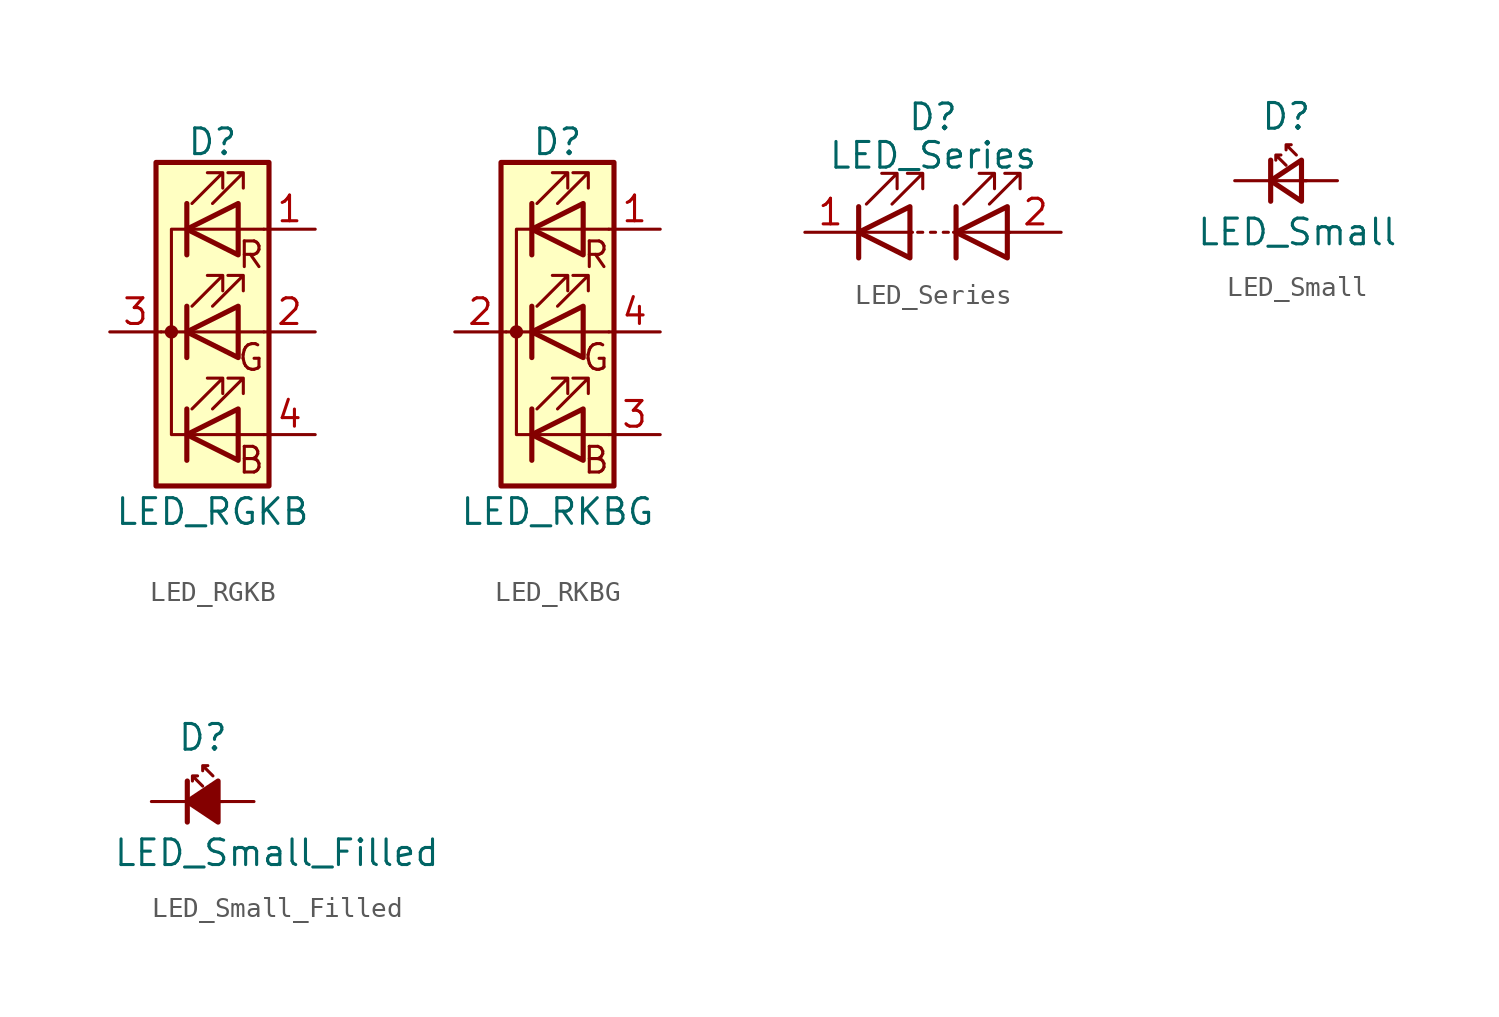
<source format=kicad_sym>
(kicad_symbol_lib
  (version 20211014)
  (generator kicad_symbol_editor)
  (symbol "LED_RGKB"
    (pin_names
      (offset 0) hide)
    (property "Reference" "D"
      (at 0 9.398 0)
      (effects (font (size 1.27 1.27))))
    (property "Value" "LED_RGKB"
      (at 0 -8.89 0)
      (effects (font (size 1.27 1.27))))
    (symbol "LED_RGKB_0_0"
      (text "B" (at 1.905 -6.35 0) (effects (font (size 1.27 1.27))))
      (text "G" (at 1.905 -1.27 0) (effects (font (size 1.27 1.27))))
      (text "R" (at 1.905 3.81 0) (effects (font (size 1.27 1.27)))))
    (symbol "LED_RGKB_0_1"
      (circle (center -2.032 0) (radius 0.254) (stroke (width 0) (type default) (color 0 0 0 0)) (fill (type outline)))
      (polyline (pts (xy -1.27 -5.08) (xy 1.27 -5.08)) (stroke (width 0) (type default) (color 0 0 0 0)) (fill (type none)))
      (polyline (pts (xy -1.27 -3.81) (xy -1.27 -6.35)) (stroke (width 0.254) (type default) (color 0 0 0 0)) (fill (type none)))
      (polyline (pts (xy -1.27 0) (xy -2.54 0)) (stroke (width 0) (type default) (color 0 0 0 0)) (fill (type none)))
      (polyline (pts (xy -1.27 1.27) (xy -1.27 -1.27)) (stroke (width 0.254) (type default) (color 0 0 0 0)) (fill (type none)))
      (polyline (pts (xy -1.27 5.08) (xy 1.27 5.08)) (stroke (width 0) (type default) (color 0 0 0 0)) (fill (type none)))
      (polyline (pts (xy -1.27 6.35) (xy -1.27 3.81)) (stroke (width 0.254) (type default) (color 0 0 0 0)) (fill (type none)))
      (polyline (pts (xy 1.27 -5.08) (xy 2.54 -5.08)) (stroke (width 0) (type default) (color 0 0 0 0)) (fill (type none)))
      (polyline (pts (xy 1.27 0) (xy -1.27 0)) (stroke (width 0) (type default) (color 0 0 0 0)) (fill (type none)))
      (polyline (pts (xy 1.27 0) (xy 2.54 0)) (stroke (width 0) (type default) (color 0 0 0 0)) (fill (type none)))
      (polyline (pts (xy 1.27 5.08) (xy 2.54 5.08)) (stroke (width 0) (type default) (color 0 0 0 0)) (fill (type none)))
      (polyline (pts (xy -1.27 1.27) (xy -1.27 -1.27) (xy -1.27 -1.27)) (stroke (width 0) (type default) (color 0 0 0 0)) (fill (type none)))
      (polyline (pts (xy -1.27 6.35) (xy -1.27 3.81) (xy -1.27 3.81)) (stroke (width 0) (type default) (color 0 0 0 0)) (fill (type none)))
      (polyline (pts (xy -1.27 5.08) (xy -2.032 5.08) (xy -2.032 -5.08) (xy -1.016 -5.08)) (stroke (width 0) (type default) (color 0 0 0 0)) (fill (type none)))
      (polyline (pts (xy 1.27 -3.81) (xy 1.27 -6.35) (xy -1.27 -5.08) (xy 1.27 -3.81)) (stroke (width 0.254) (type default) (color 0 0 0 0)) (fill (type none)))
      (polyline (pts (xy 1.27 1.27) (xy 1.27 -1.27) (xy -1.27 0) (xy 1.27 1.27)) (stroke (width 0.254) (type default) (color 0 0 0 0)) (fill (type none)))
      (polyline (pts (xy 1.27 6.35) (xy 1.27 3.81) (xy -1.27 5.08) (xy 1.27 6.35)) (stroke (width 0.254) (type default) (color 0 0 0 0)) (fill (type none)))
      (polyline (pts (xy -1.016 -3.81) (xy 0.508 -2.286) (xy -0.254 -2.286) (xy 0.508 -2.286) (xy 0.508 -3.048)) (stroke (width 0) (type default) (color 0 0 0 0)) (fill (type none)))
      (polyline (pts (xy -1.016 1.27) (xy 0.508 2.794) (xy -0.254 2.794) (xy 0.508 2.794) (xy 0.508 2.032)) (stroke (width 0) (type default) (color 0 0 0 0)) (fill (type none)))
      (polyline (pts (xy -1.016 6.35) (xy 0.508 7.874) (xy -0.254 7.874) (xy 0.508 7.874) (xy 0.508 7.112)) (stroke (width 0) (type default) (color 0 0 0 0)) (fill (type none)))
      (polyline (pts (xy 0 -3.81) (xy 1.524 -2.286) (xy 0.762 -2.286) (xy 1.524 -2.286) (xy 1.524 -3.048)) (stroke (width 0) (type default) (color 0 0 0 0)) (fill (type none)))
      (polyline (pts (xy 0 1.27) (xy 1.524 2.794) (xy 0.762 2.794) (xy 1.524 2.794) (xy 1.524 2.032)) (stroke (width 0) (type default) (color 0 0 0 0)) (fill (type none)))
      (polyline (pts (xy 0 6.35) (xy 1.524 7.874) (xy 0.762 7.874) (xy 1.524 7.874) (xy 1.524 7.112)) (stroke (width 0) (type default) (color 0 0 0 0)) (fill (type none)))
      (rectangle (start 1.27 -1.27) (end 1.27 1.27) (stroke (width 0) (type default) (color 0 0 0 0)) (fill (type none)))
      (rectangle (start 1.27 1.27) (end 1.27 1.27) (stroke (width 0) (type default) (color 0 0 0 0)) (fill (type none)))
      (rectangle (start 1.27 3.81) (end 1.27 6.35) (stroke (width 0) (type default) (color 0 0 0 0)) (fill (type none)))
      (rectangle (start 1.27 6.35) (end 1.27 6.35) (stroke (width 0) (type default) (color 0 0 0 0)) (fill (type none)))
      (rectangle (start 2.794 8.382) (end -2.794 -7.62) (stroke (width 0.254) (type default) (color 0 0 0 0)) (fill (type background))))
    (symbol "LED_RGKB_1_1"
      (pin passive line (at 5.08 5.08 180) (length 2.54) (name "RA" (effects (font (size 1.27 1.27)))) (number "1" (effects (font (size 1.27 1.27)))))
      (pin passive line (at 5.08 0 180) (length 2.54) (name "GA" (effects (font (size 1.27 1.27)))) (number "2" (effects (font (size 1.27 1.27)))))
      (pin passive line (at -5.08 0 0) (length 2.54) (name "K" (effects (font (size 1.27 1.27)))) (number "3" (effects (font (size 1.27 1.27)))))
      (pin passive line (at 5.08 -5.08 180) (length 2.54) (name "BA" (effects (font (size 1.27 1.27)))) (number "4" (effects (font (size 1.27 1.27)))))))
  (symbol "LED_RKBG"
    (pin_names
      (offset 0) hide)
    (property "Reference" "D"
      (at 0 9.398 0)
      (effects (font (size 1.27 1.27))))
    (property "Value" "LED_RKBG"
      (at 0 -8.89 0)
      (effects (font (size 1.27 1.27))))
    (symbol "LED_RKBG_0_0"
      (text "B" (at 1.905 -6.35 0) (effects (font (size 1.27 1.27))))
      (text "G" (at 1.905 -1.27 0) (effects (font (size 1.27 1.27))))
      (text "R" (at 1.905 3.81 0) (effects (font (size 1.27 1.27)))))
    (symbol "LED_RKBG_0_1"
      (circle (center -2.032 0) (radius 0.254) (stroke (width 0) (type default) (color 0 0 0 0)) (fill (type outline)))
      (polyline (pts (xy -1.27 -5.08) (xy 1.27 -5.08)) (stroke (width 0) (type default) (color 0 0 0 0)) (fill (type none)))
      (polyline (pts (xy -1.27 -3.81) (xy -1.27 -6.35)) (stroke (width 0.254) (type default) (color 0 0 0 0)) (fill (type none)))
      (polyline (pts (xy -1.27 0) (xy -2.54 0)) (stroke (width 0) (type default) (color 0 0 0 0)) (fill (type none)))
      (polyline (pts (xy -1.27 1.27) (xy -1.27 -1.27)) (stroke (width 0.254) (type default) (color 0 0 0 0)) (fill (type none)))
      (polyline (pts (xy -1.27 5.08) (xy 1.27 5.08)) (stroke (width 0) (type default) (color 0 0 0 0)) (fill (type none)))
      (polyline (pts (xy -1.27 6.35) (xy -1.27 3.81)) (stroke (width 0.254) (type default) (color 0 0 0 0)) (fill (type none)))
      (polyline (pts (xy 1.27 -5.08) (xy 2.54 -5.08)) (stroke (width 0) (type default) (color 0 0 0 0)) (fill (type none)))
      (polyline (pts (xy 1.27 0) (xy -1.27 0)) (stroke (width 0) (type default) (color 0 0 0 0)) (fill (type none)))
      (polyline (pts (xy 1.27 0) (xy 2.54 0)) (stroke (width 0) (type default) (color 0 0 0 0)) (fill (type none)))
      (polyline (pts (xy 1.27 5.08) (xy 2.54 5.08)) (stroke (width 0) (type default) (color 0 0 0 0)) (fill (type none)))
      (polyline (pts (xy -1.27 1.27) (xy -1.27 -1.27) (xy -1.27 -1.27)) (stroke (width 0) (type default) (color 0 0 0 0)) (fill (type none)))
      (polyline (pts (xy -1.27 6.35) (xy -1.27 3.81) (xy -1.27 3.81)) (stroke (width 0) (type default) (color 0 0 0 0)) (fill (type none)))
      (polyline (pts (xy -1.27 5.08) (xy -2.032 5.08) (xy -2.032 -5.08) (xy -1.016 -5.08)) (stroke (width 0) (type default) (color 0 0 0 0)) (fill (type none)))
      (polyline (pts (xy 1.27 -3.81) (xy 1.27 -6.35) (xy -1.27 -5.08) (xy 1.27 -3.81)) (stroke (width 0.254) (type default) (color 0 0 0 0)) (fill (type none)))
      (polyline (pts (xy 1.27 1.27) (xy 1.27 -1.27) (xy -1.27 0) (xy 1.27 1.27)) (stroke (width 0.254) (type default) (color 0 0 0 0)) (fill (type none)))
      (polyline (pts (xy 1.27 6.35) (xy 1.27 3.81) (xy -1.27 5.08) (xy 1.27 6.35)) (stroke (width 0.254) (type default) (color 0 0 0 0)) (fill (type none)))
      (polyline (pts (xy -1.016 -3.81) (xy 0.508 -2.286) (xy -0.254 -2.286) (xy 0.508 -2.286) (xy 0.508 -3.048)) (stroke (width 0) (type default) (color 0 0 0 0)) (fill (type none)))
      (polyline (pts (xy -1.016 1.27) (xy 0.508 2.794) (xy -0.254 2.794) (xy 0.508 2.794) (xy 0.508 2.032)) (stroke (width 0) (type default) (color 0 0 0 0)) (fill (type none)))
      (polyline (pts (xy -1.016 6.35) (xy 0.508 7.874) (xy -0.254 7.874) (xy 0.508 7.874) (xy 0.508 7.112)) (stroke (width 0) (type default) (color 0 0 0 0)) (fill (type none)))
      (polyline (pts (xy 0 -3.81) (xy 1.524 -2.286) (xy 0.762 -2.286) (xy 1.524 -2.286) (xy 1.524 -3.048)) (stroke (width 0) (type default) (color 0 0 0 0)) (fill (type none)))
      (polyline (pts (xy 0 1.27) (xy 1.524 2.794) (xy 0.762 2.794) (xy 1.524 2.794) (xy 1.524 2.032)) (stroke (width 0) (type default) (color 0 0 0 0)) (fill (type none)))
      (polyline (pts (xy 0 6.35) (xy 1.524 7.874) (xy 0.762 7.874) (xy 1.524 7.874) (xy 1.524 7.112)) (stroke (width 0) (type default) (color 0 0 0 0)) (fill (type none)))
      (rectangle (start 1.27 -1.27) (end 1.27 1.27) (stroke (width 0) (type default) (color 0 0 0 0)) (fill (type none)))
      (rectangle (start 1.27 1.27) (end 1.27 1.27) (stroke (width 0) (type default) (color 0 0 0 0)) (fill (type none)))
      (rectangle (start 1.27 3.81) (end 1.27 6.35) (stroke (width 0) (type default) (color 0 0 0 0)) (fill (type none)))
      (rectangle (start 1.27 6.35) (end 1.27 6.35) (stroke (width 0) (type default) (color 0 0 0 0)) (fill (type none)))
      (rectangle (start 2.794 8.382) (end -2.794 -7.62) (stroke (width 0.254) (type default) (color 0 0 0 0)) (fill (type background))))
    (symbol "LED_RKBG_1_1"
      (pin passive line (at 5.08 5.08 180) (length 2.54) (name "RA" (effects (font (size 1.27 1.27)))) (number "1" (effects (font (size 1.27 1.27)))))
      (pin passive line (at -5.08 0 0) (length 2.54) (name "K" (effects (font (size 1.27 1.27)))) (number "2" (effects (font (size 1.27 1.27)))))
      (pin passive line (at 5.08 -5.08 180) (length 2.54) (name "BA" (effects (font (size 1.27 1.27)))) (number "3" (effects (font (size 1.27 1.27)))))
      (pin passive line (at 5.08 0 180) (length 2.54) (name "GA" (effects (font (size 1.27 1.27)))) (number "4" (effects (font (size 1.27 1.27)))))))
  (symbol "LED_Series"
    (pin_names
      (offset 1.016) hide)
    (property "Reference" "D"
      (at 0 5.715 0)
      (effects (font (size 1.27 1.27))))
    (property "Value" "LED_Series"
      (at 0 3.81 0)
      (effects (font (size 1.27 1.27))))
    (symbol "LED_Series_0_1"
      (polyline (pts (xy -3.81 0) (xy -1.016 0)) (stroke (width 0) (type default) (color 0 0 0 0)) (fill (type none)))
      (polyline (pts (xy -3.683 -1.27) (xy -3.683 1.27)) (stroke (width 0.254) (type default) (color 0 0 0 0)) (fill (type none)))
      (polyline (pts (xy -0.508 0) (xy -0.762 0)) (stroke (width 0) (type default) (color 0 0 0 0)) (fill (type none)))
      (polyline (pts (xy 0.127 0) (xy -0.127 0)) (stroke (width 0) (type default) (color 0 0 0 0)) (fill (type none)))
      (polyline (pts (xy 0.508 0) (xy 0.762 0)) (stroke (width 0) (type default) (color 0 0 0 0)) (fill (type none)))
      (polyline (pts (xy 1.016 0) (xy 3.81 0)) (stroke (width 0) (type default) (color 0 0 0 0)) (fill (type none)))
      (polyline (pts (xy 1.143 -1.27) (xy 1.143 1.27)) (stroke (width 0.254) (type default) (color 0 0 0 0)) (fill (type none)))
      (polyline (pts (xy -1.143 -1.27) (xy -1.143 1.27) (xy -3.683 0) (xy -1.143 -1.27)) (stroke (width 0.254) (type default) (color 0 0 0 0)) (fill (type none)))
      (polyline (pts (xy 3.683 -1.27) (xy 3.683 1.27) (xy 1.143 0) (xy 3.683 -1.27)) (stroke (width 0.254) (type default) (color 0 0 0 0)) (fill (type none)))
      (polyline (pts (xy -3.302 1.397) (xy -1.778 2.921) (xy -2.54 2.921) (xy -1.778 2.921) (xy -1.778 2.159)) (stroke (width 0) (type default) (color 0 0 0 0)) (fill (type none)))
      (polyline (pts (xy -2.032 1.397) (xy -0.508 2.921) (xy -1.27 2.921) (xy -0.508 2.921) (xy -0.508 2.159)) (stroke (width 0) (type default) (color 0 0 0 0)) (fill (type none)))
      (polyline (pts (xy 1.524 1.397) (xy 3.048 2.921) (xy 2.286 2.921) (xy 3.048 2.921) (xy 3.048 2.159)) (stroke (width 0) (type default) (color 0 0 0 0)) (fill (type none)))
      (polyline (pts (xy 2.794 1.397) (xy 4.318 2.921) (xy 3.556 2.921) (xy 4.318 2.921) (xy 4.318 2.159)) (stroke (width 0) (type default) (color 0 0 0 0)) (fill (type none))))
    (symbol "LED_Series_1_1"
      (pin passive line (at -6.35 0 0) (length 2.54) (name "K" (effects (font (size 1.27 1.27)))) (number "1" (effects (font (size 1.27 1.27)))))
      (pin passive line (at 6.35 0 180) (length 2.54) (name "A" (effects (font (size 1.27 1.27)))) (number "2" (effects (font (size 1.27 1.27)))))))
  (symbol "LED_Small"
    (pin_numbers hide)
    (pin_names
      (offset 0.254) hide)
    (property "Reference" "D"
      (at -1.27 3.175 0)
      (effects (font (size 1.27 1.27)) (justify left)))
    (property "Value" "LED_Small"
      (at -4.445 -2.54 0)
      (effects (font (size 1.27 1.27)) (justify left)))
    (symbol "LED_Small_0_1"
      (polyline (pts (xy -0.762 -1.016) (xy -0.762 1.016)) (stroke (width 0.254) (type default) (color 0 0 0 0)) (fill (type none)))
      (polyline (pts (xy 1.016 0) (xy -0.762 0)) (stroke (width 0) (type default) (color 0 0 0 0)) (fill (type none)))
      (polyline (pts (xy 0.762 -1.016) (xy -0.762 0) (xy 0.762 1.016) (xy 0.762 -1.016)) (stroke (width 0.254) (type default) (color 0 0 0 0)) (fill (type none)))
      (polyline (pts (xy 0 0.762) (xy -0.508 1.27) (xy -0.254 1.27) (xy -0.508 1.27) (xy -0.508 1.016)) (stroke (width 0) (type default) (color 0 0 0 0)) (fill (type none)))
      (polyline (pts (xy 0.508 1.27) (xy 0 1.778) (xy 0.254 1.778) (xy 0 1.778) (xy 0 1.524)) (stroke (width 0) (type default) (color 0 0 0 0)) (fill (type none))))
    (symbol "LED_Small_1_1"
      (pin passive line (at -2.54 0 0) (length 1.778) (name "K" (effects (font (size 1.27 1.27)))) (number "1" (effects (font (size 1.27 1.27)))))
      (pin passive line (at 2.54 0 180) (length 1.778) (name "A" (effects (font (size 1.27 1.27)))) (number "2" (effects (font (size 1.27 1.27)))))))
  (symbol "LED_Small_Filled"
    (pin_numbers hide)
    (pin_names
      (offset 0.254) hide)
    (property "Reference" "D"
      (at -1.27 3.175 0)
      (effects (font (size 1.27 1.27)) (justify left)))
    (property "Value" "LED_Small_Filled"
      (at -4.445 -2.54 0)
      (effects (font (size 1.27 1.27)) (justify left)))
    (symbol "LED_Small_Filled_0_1"
      (polyline (pts (xy -0.762 -1.016) (xy -0.762 1.016)) (stroke (width 0.254) (type default) (color 0 0 0 0)) (fill (type none)))
      (polyline (pts (xy 1.016 0) (xy -0.762 0)) (stroke (width 0) (type default) (color 0 0 0 0)) (fill (type none)))
      (polyline (pts (xy 0.762 -1.016) (xy -0.762 0) (xy 0.762 1.016) (xy 0.762 -1.016)) (stroke (width 0.254) (type default) (color 0 0 0 0)) (fill (type outline)))
      (polyline (pts (xy 0 0.762) (xy -0.508 1.27) (xy -0.254 1.27) (xy -0.508 1.27) (xy -0.508 1.016)) (stroke (width 0) (type default) (color 0 0 0 0)) (fill (type none)))
      (polyline (pts (xy 0.508 1.27) (xy 0 1.778) (xy 0.254 1.778) (xy 0 1.778) (xy 0 1.524)) (stroke (width 0) (type default) (color 0 0 0 0)) (fill (type none))))
    (symbol "LED_Small_Filled_1_1"
      (pin passive line (at -2.54 0 0) (length 1.778) (name "K" (effects (font (size 1.27 1.27)))) (number "1" (effects (font (size 1.27 1.27)))))
      (pin passive line (at 2.54 0 180) (length 1.778) (name "A" (effects (font (size 1.27 1.27)))) (number "2" (effects (font (size 1.27 1.27))))))))
</source>
